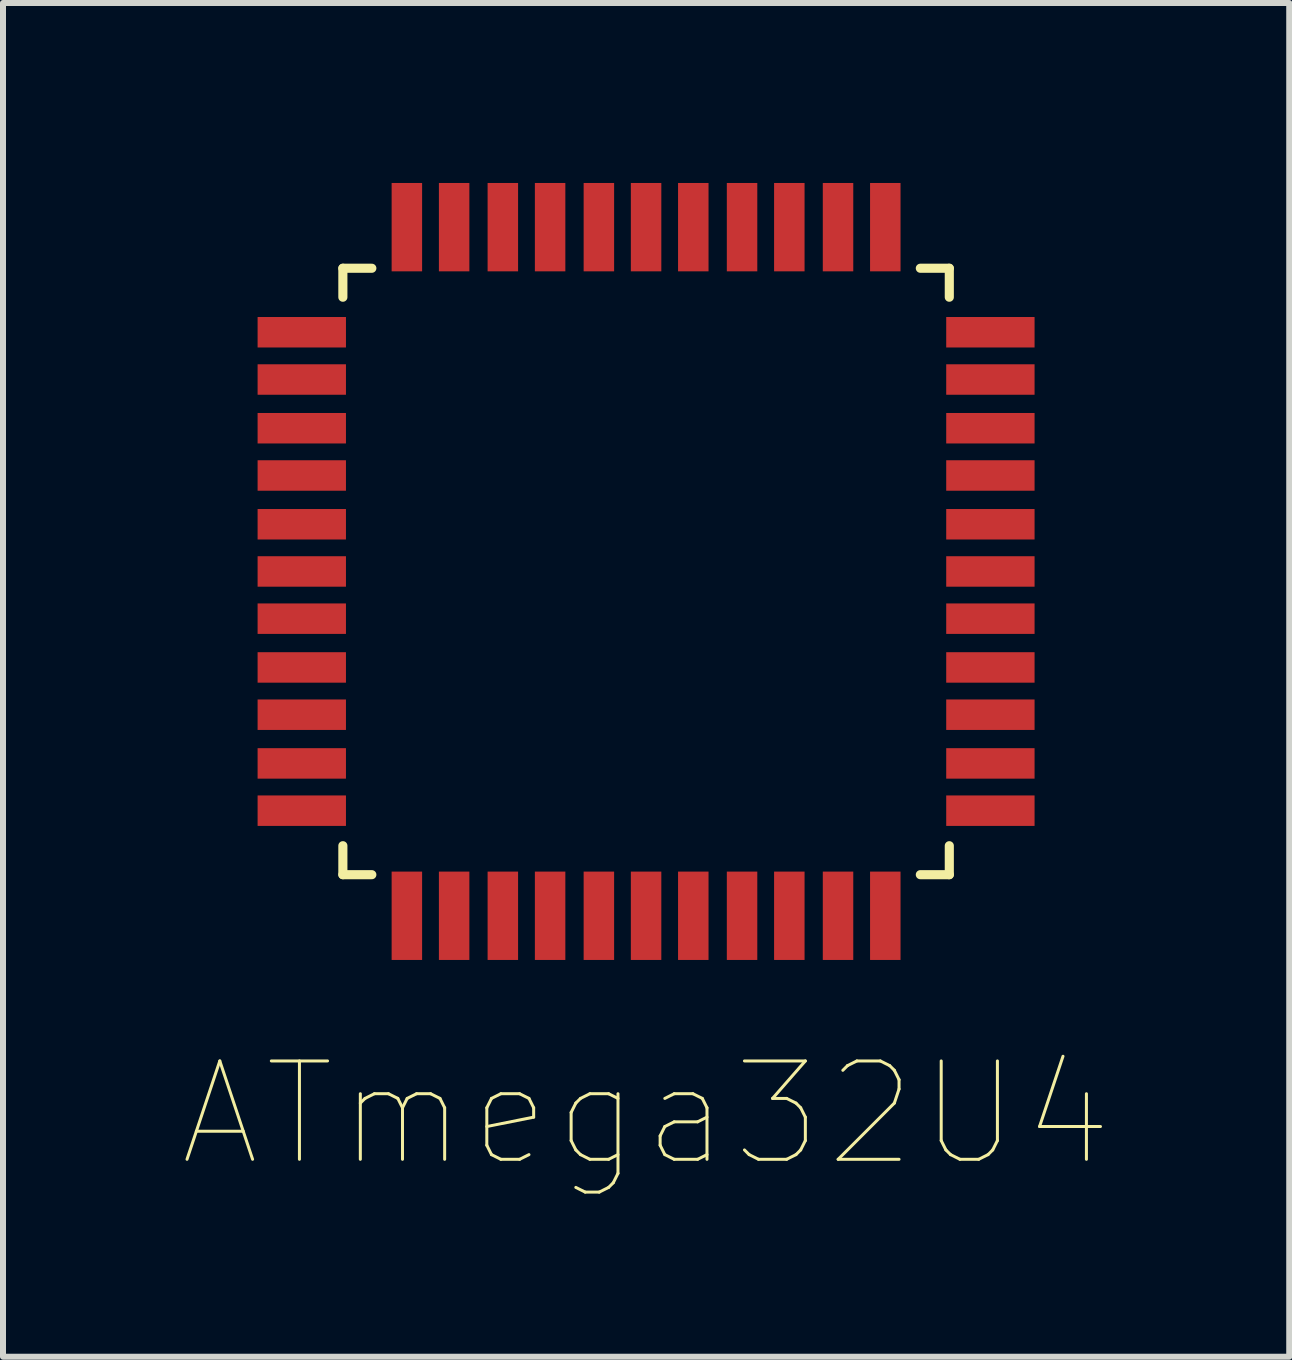
<source format=kicad_pcb>
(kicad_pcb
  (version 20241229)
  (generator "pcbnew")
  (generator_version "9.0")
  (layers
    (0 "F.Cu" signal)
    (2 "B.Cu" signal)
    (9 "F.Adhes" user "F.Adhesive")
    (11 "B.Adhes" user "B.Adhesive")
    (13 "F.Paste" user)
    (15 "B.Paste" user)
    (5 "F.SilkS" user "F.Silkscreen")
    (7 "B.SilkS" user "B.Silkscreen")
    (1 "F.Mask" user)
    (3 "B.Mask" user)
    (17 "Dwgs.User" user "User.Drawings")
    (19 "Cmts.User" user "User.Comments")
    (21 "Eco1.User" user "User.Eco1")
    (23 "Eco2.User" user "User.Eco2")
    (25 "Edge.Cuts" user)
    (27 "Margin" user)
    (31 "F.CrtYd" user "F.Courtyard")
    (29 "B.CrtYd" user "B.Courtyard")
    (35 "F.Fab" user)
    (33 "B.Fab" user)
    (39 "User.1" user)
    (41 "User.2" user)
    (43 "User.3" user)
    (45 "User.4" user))
  (footprint "ATmega32U4"
    (layer "F.Cu")
    (at 7.721 6.477)
    (property "Reference" "ATmega32U4" (at 0 9.044 0) (layer "F.SilkS") (effects (font (size 1.64 1.64) (thickness 0.05))))
    (attr smd)
    (fp_line (start -5.055 -5.055) (end -5.055 -4.572) (stroke (width 0.152) (type solid)) (layer "F.SilkS"))
    (fp_line (start -5.055 4.572) (end -5.055 5.055) (stroke (width 0.152) (type solid)) (layer "F.SilkS"))
    (fp_line (start -5.055 5.055) (end -4.572 5.055) (stroke (width 0.152) (type solid)) (layer "F.SilkS"))
    (fp_line (start -4.572 -5.055) (end -5.055 -5.055) (stroke (width 0.152) (type solid)) (layer "F.SilkS"))
    (fp_line (start 4.572 5.055) (end 5.055 5.055) (stroke (width 0.152) (type solid)) (layer "F.SilkS"))
    (fp_line (start 5.055 -5.055) (end 4.572 -5.055) (stroke (width 0.152) (type solid)) (layer "F.SilkS"))
    (fp_line (start 5.055 -4.572) (end 5.055 -5.055) (stroke (width 0.152) (type solid)) (layer "F.SilkS"))
    (fp_line (start 5.055 5.055) (end 5.055 4.572) (stroke (width 0.152) (type solid)) (layer "F.SilkS"))
    (fp_line (start -6.121 -4.216) (end -6.121 -3.785) (stroke (width 0.1) (type solid)) (layer "Eco2.User"))
    (fp_line (start -6.121 -3.785) (end -5.055 -3.785) (stroke (width 0.1) (type solid)) (layer "Eco2.User"))
    (fp_line (start -6.121 -3.429) (end -6.121 -2.972) (stroke (width 0.1) (type solid)) (layer "Eco2.User"))
    (fp_line (start -6.121 -2.972) (end -5.055 -2.972) (stroke (width 0.1) (type solid)) (layer "Eco2.User"))
    (fp_line (start -6.121 -2.616) (end -6.121 -2.184) (stroke (width 0.1) (type solid)) (layer "Eco2.User"))
    (fp_line (start -6.121 -2.184) (end -5.055 -2.184) (stroke (width 0.1) (type solid)) (layer "Eco2.User"))
    (fp_line (start -6.121 -1.829) (end -6.121 -1.372) (stroke (width 0.1) (type solid)) (layer "Eco2.User"))
    (fp_line (start -6.121 -1.372) (end -5.055 -1.372) (stroke (width 0.1) (type solid)) (layer "Eco2.User"))
    (fp_line (start -6.121 -1.016) (end -6.121 -0.584) (stroke (width 0.1) (type solid)) (layer "Eco2.User"))
    (fp_line (start -6.121 -0.584) (end -5.055 -0.584) (stroke (width 0.1) (type solid)) (layer "Eco2.User"))
    (fp_line (start -6.121 -0.229) (end -6.121 0.229) (stroke (width 0.1) (type solid)) (layer "Eco2.User"))
    (fp_line (start -6.121 0.229) (end -5.055 0.229) (stroke (width 0.1) (type solid)) (layer "Eco2.User"))
    (fp_line (start -6.121 0.584) (end -6.121 1.016) (stroke (width 0.1) (type solid)) (layer "Eco2.User"))
    (fp_line (start -6.121 1.016) (end -5.055 1.016) (stroke (width 0.1) (type solid)) (layer "Eco2.User"))
    (fp_line (start -6.121 1.372) (end -6.121 1.829) (stroke (width 0.1) (type solid)) (layer "Eco2.User"))
    (fp_line (start -6.121 1.829) (end -5.055 1.829) (stroke (width 0.1) (type solid)) (layer "Eco2.User"))
    (fp_line (start -6.121 2.184) (end -6.121 2.616) (stroke (width 0.1) (type solid)) (layer "Eco2.User"))
    (fp_line (start -6.121 2.616) (end -5.055 2.616) (stroke (width 0.1) (type solid)) (layer "Eco2.User"))
    (fp_line (start -6.121 2.972) (end -6.121 3.429) (stroke (width 0.1) (type solid)) (layer "Eco2.User"))
    (fp_line (start -6.121 3.429) (end -5.055 3.429) (stroke (width 0.1) (type solid)) (layer "Eco2.User"))
    (fp_line (start -6.121 3.785) (end -6.121 4.216) (stroke (width 0.1) (type solid)) (layer "Eco2.User"))
    (fp_line (start -6.121 4.216) (end -5.055 4.216) (stroke (width 0.1) (type solid)) (layer "Eco2.User"))
    (fp_line (start -5.055 -5.055) (end -5.055 5.055) (stroke (width 0.1) (type solid)) (layer "Eco2.User"))
    (fp_line (start -5.055 -4.216) (end -6.121 -4.216) (stroke (width 0.1) (type solid)) (layer "Eco2.User"))
    (fp_line (start -5.055 -3.785) (end -5.055 -4.216) (stroke (width 0.1) (type solid)) (layer "Eco2.User"))
    (fp_line (start -5.055 -3.785) (end -3.785 -5.055) (stroke (width 0.1) (type solid)) (layer "Eco2.User"))
    (fp_line (start -5.055 -3.429) (end -6.121 -3.429) (stroke (width 0.1) (type solid)) (layer "Eco2.User"))
    (fp_line (start -5.055 -2.972) (end -5.055 -3.429) (stroke (width 0.1) (type solid)) (layer "Eco2.User"))
    (fp_line (start -5.055 -2.616) (end -6.121 -2.616) (stroke (width 0.1) (type solid)) (layer "Eco2.User"))
    (fp_line (start -5.055 -2.184) (end -5.055 -2.616) (stroke (width 0.1) (type solid)) (layer "Eco2.User"))
    (fp_line (start -5.055 -1.829) (end -6.121 -1.829) (stroke (width 0.1) (type solid)) (layer "Eco2.User"))
    (fp_line (start -5.055 -1.372) (end -5.055 -1.829) (stroke (width 0.1) (type solid)) (layer "Eco2.User"))
    (fp_line (start -5.055 -1.016) (end -6.121 -1.016) (stroke (width 0.1) (type solid)) (layer "Eco2.User"))
    (fp_line (start -5.055 -0.584) (end -5.055 -1.016) (stroke (width 0.1) (type solid)) (layer "Eco2.User"))
    (fp_line (start -5.055 -0.229) (end -6.121 -0.229) (stroke (width 0.1) (type solid)) (layer "Eco2.User"))
    (fp_line (start -5.055 0.229) (end -5.055 -0.229) (stroke (width 0.1) (type solid)) (layer "Eco2.User"))
    (fp_line (start -5.055 0.584) (end -6.121 0.584) (stroke (width 0.1) (type solid)) (layer "Eco2.User"))
    (fp_line (start -5.055 1.016) (end -5.055 0.584) (stroke (width 0.1) (type solid)) (layer "Eco2.User"))
    (fp_line (start -5.055 1.372) (end -6.121 1.372) (stroke (width 0.1) (type solid)) (layer "Eco2.User"))
    (fp_line (start -5.055 1.829) (end -5.055 1.372) (stroke (width 0.1) (type solid)) (layer "Eco2.User"))
    (fp_line (start -5.055 2.184) (end -6.121 2.184) (stroke (width 0.1) (type solid)) (layer "Eco2.User"))
    (fp_line (start -5.055 2.616) (end -5.055 2.184) (stroke (width 0.1) (type solid)) (layer "Eco2.User"))
    (fp_line (start -5.055 2.972) (end -6.121 2.972) (stroke (width 0.1) (type solid)) (layer "Eco2.User"))
    (fp_line (start -5.055 3.429) (end -5.055 2.972) (stroke (width 0.1) (type solid)) (layer "Eco2.User"))
    (fp_line (start -5.055 3.785) (end -6.121 3.785) (stroke (width 0.1) (type solid)) (layer "Eco2.User"))
    (fp_line (start -5.055 4.216) (end -5.055 3.785) (stroke (width 0.1) (type solid)) (layer "Eco2.User"))
    (fp_line (start -5.055 5.055) (end 5.055 5.055) (stroke (width 0.1) (type solid)) (layer "Eco2.User"))
    (fp_line (start -4.216 -6.121) (end -4.216 -5.055) (stroke (width 0.1) (type solid)) (layer "Eco2.User"))
    (fp_line (start -4.216 -5.055) (end -3.785 -5.055) (stroke (width 0.1) (type solid)) (layer "Eco2.User"))
    (fp_line (start -4.216 5.055) (end -4.216 6.121) (stroke (width 0.1) (type solid)) (layer "Eco2.User"))
    (fp_line (start -4.216 6.121) (end -3.785 6.121) (stroke (width 0.1) (type solid)) (layer "Eco2.User"))
    (fp_line (start -3.785 -6.121) (end -4.216 -6.121) (stroke (width 0.1) (type solid)) (layer "Eco2.User"))
    (fp_line (start -3.785 -5.055) (end -3.785 -6.121) (stroke (width 0.1) (type solid)) (layer "Eco2.User"))
    (fp_line (start -3.785 5.055) (end -4.216 5.055) (stroke (width 0.1) (type solid)) (layer "Eco2.User"))
    (fp_line (start -3.785 6.121) (end -3.785 5.055) (stroke (width 0.1) (type solid)) (layer "Eco2.User"))
    (fp_line (start -3.429 -6.121) (end -3.429 -5.055) (stroke (width 0.1) (type solid)) (layer "Eco2.User"))
    (fp_line (start -3.429 -5.055) (end -2.972 -5.055) (stroke (width 0.1) (type solid)) (layer "Eco2.User"))
    (fp_line (start -3.429 5.055) (end -3.429 6.121) (stroke (width 0.1) (type solid)) (layer "Eco2.User"))
    (fp_line (start -3.429 6.121) (end -2.972 6.121) (stroke (width 0.1) (type solid)) (layer "Eco2.User"))
    (fp_line (start -2.972 -6.121) (end -3.429 -6.121) (stroke (width 0.1) (type solid)) (layer "Eco2.User"))
    (fp_line (start -2.972 -5.055) (end -2.972 -6.121) (stroke (width 0.1) (type solid)) (layer "Eco2.User"))
    (fp_line (start -2.972 5.055) (end -3.429 5.055) (stroke (width 0.1) (type solid)) (layer "Eco2.User"))
    (fp_line (start -2.972 6.121) (end -2.972 5.055) (stroke (width 0.1) (type solid)) (layer "Eco2.User"))
    (fp_line (start -2.616 -6.121) (end -2.616 -5.055) (stroke (width 0.1) (type solid)) (layer "Eco2.User"))
    (fp_line (start -2.616 -5.055) (end -2.184 -5.055) (stroke (width 0.1) (type solid)) (layer "Eco2.User"))
    (fp_line (start -2.616 5.055) (end -2.616 6.121) (stroke (width 0.1) (type solid)) (layer "Eco2.User"))
    (fp_line (start -2.616 6.121) (end -2.184 6.121) (stroke (width 0.1) (type solid)) (layer "Eco2.User"))
    (fp_line (start -2.184 -6.121) (end -2.616 -6.121) (stroke (width 0.1) (type solid)) (layer "Eco2.User"))
    (fp_line (start -2.184 -5.055) (end -2.184 -6.121) (stroke (width 0.1) (type solid)) (layer "Eco2.User"))
    (fp_line (start -2.184 5.055) (end -2.616 5.055) (stroke (width 0.1) (type solid)) (layer "Eco2.User"))
    (fp_line (start -2.184 6.121) (end -2.184 5.055) (stroke (width 0.1) (type solid)) (layer "Eco2.User"))
    (fp_line (start -1.829 -6.121) (end -1.829 -5.055) (stroke (width 0.1) (type solid)) (layer "Eco2.User"))
    (fp_line (start -1.829 -5.055) (end -1.372 -5.055) (stroke (width 0.1) (type solid)) (layer "Eco2.User"))
    (fp_line (start -1.829 5.055) (end -1.829 6.121) (stroke (width 0.1) (type solid)) (layer "Eco2.User"))
    (fp_line (start -1.829 6.121) (end -1.372 6.121) (stroke (width 0.1) (type solid)) (layer "Eco2.User"))
    (fp_line (start -1.372 -6.121) (end -1.829 -6.121) (stroke (width 0.1) (type solid)) (layer "Eco2.User"))
    (fp_line (start -1.372 -5.055) (end -1.372 -6.121) (stroke (width 0.1) (type solid)) (layer "Eco2.User"))
    (fp_line (start -1.372 5.055) (end -1.829 5.055) (stroke (width 0.1) (type solid)) (layer "Eco2.User"))
    (fp_line (start -1.372 6.121) (end -1.372 5.055) (stroke (width 0.1) (type solid)) (layer "Eco2.User"))
    (fp_line (start -1.016 -6.121) (end -1.016 -5.055) (stroke (width 0.1) (type solid)) (layer "Eco2.User"))
    (fp_line (start -1.016 -5.055) (end -0.584 -5.055) (stroke (width 0.1) (type solid)) (layer "Eco2.User"))
    (fp_line (start -1.016 5.055) (end -1.016 6.121) (stroke (width 0.1) (type solid)) (layer "Eco2.User"))
    (fp_line (start -1.016 6.121) (end -0.584 6.121) (stroke (width 0.1) (type solid)) (layer "Eco2.User"))
    (fp_line (start -0.584 -6.121) (end -1.016 -6.121) (stroke (width 0.1) (type solid)) (layer "Eco2.User"))
    (fp_line (start -0.584 -5.055) (end -0.584 -6.121) (stroke (width 0.1) (type solid)) (layer "Eco2.User"))
    (fp_line (start -0.584 5.055) (end -1.016 5.055) (stroke (width 0.1) (type solid)) (layer "Eco2.User"))
    (fp_line (start -0.584 6.121) (end -0.584 5.055) (stroke (width 0.1) (type solid)) (layer "Eco2.User"))
    (fp_line (start -0.229 -6.121) (end -0.229 -5.055) (stroke (width 0.1) (type solid)) (layer "Eco2.User"))
    (fp_line (start -0.229 -5.055) (end 0.229 -5.055) (stroke (width 0.1) (type solid)) (layer "Eco2.User"))
    (fp_line (start -0.229 5.055) (end -0.229 6.121) (stroke (width 0.1) (type solid)) (layer "Eco2.User"))
    (fp_line (start -0.229 6.121) (end 0.229 6.121) (stroke (width 0.1) (type solid)) (layer "Eco2.User"))
    (fp_line (start 0.229 -6.121) (end -0.229 -6.121) (stroke (width 0.1) (type solid)) (layer "Eco2.User"))
    (fp_line (start 0.229 -5.055) (end 0.229 -6.121) (stroke (width 0.1) (type solid)) (layer "Eco2.User"))
    (fp_line (start 0.229 5.055) (end -0.229 5.055) (stroke (width 0.1) (type solid)) (layer "Eco2.User"))
    (fp_line (start 0.229 6.121) (end 0.229 5.055) (stroke (width 0.1) (type solid)) (layer "Eco2.User"))
    (fp_line (start 0.584 -6.121) (end 0.584 -5.055) (stroke (width 0.1) (type solid)) (layer "Eco2.User"))
    (fp_line (start 0.584 -5.055) (end 1.016 -5.055) (stroke (width 0.1) (type solid)) (layer "Eco2.User"))
    (fp_line (start 0.584 5.055) (end 0.584 6.121) (stroke (width 0.1) (type solid)) (layer "Eco2.User"))
    (fp_line (start 0.584 6.121) (end 1.016 6.121) (stroke (width 0.1) (type solid)) (layer "Eco2.User"))
    (fp_line (start 1.016 -6.121) (end 0.584 -6.121) (stroke (width 0.1) (type solid)) (layer "Eco2.User"))
    (fp_line (start 1.016 -5.055) (end 1.016 -6.121) (stroke (width 0.1) (type solid)) (layer "Eco2.User"))
    (fp_line (start 1.016 5.055) (end 0.584 5.055) (stroke (width 0.1) (type solid)) (layer "Eco2.User"))
    (fp_line (start 1.016 6.121) (end 1.016 5.055) (stroke (width 0.1) (type solid)) (layer "Eco2.User"))
    (fp_line (start 1.372 -6.121) (end 1.372 -5.055) (stroke (width 0.1) (type solid)) (layer "Eco2.User"))
    (fp_line (start 1.372 -5.055) (end 1.829 -5.055) (stroke (width 0.1) (type solid)) (layer "Eco2.User"))
    (fp_line (start 1.372 5.055) (end 1.372 6.121) (stroke (width 0.1) (type solid)) (layer "Eco2.User"))
    (fp_line (start 1.372 6.121) (end 1.829 6.121) (stroke (width 0.1) (type solid)) (layer "Eco2.User"))
    (fp_line (start 1.829 -6.121) (end 1.372 -6.121) (stroke (width 0.1) (type solid)) (layer "Eco2.User"))
    (fp_line (start 1.829 -5.055) (end 1.829 -6.121) (stroke (width 0.1) (type solid)) (layer "Eco2.User"))
    (fp_line (start 1.829 5.055) (end 1.372 5.055) (stroke (width 0.1) (type solid)) (layer "Eco2.User"))
    (fp_line (start 1.829 6.121) (end 1.829 5.055) (stroke (width 0.1) (type solid)) (layer "Eco2.User"))
    (fp_line (start 2.184 -6.121) (end 2.184 -5.055) (stroke (width 0.1) (type solid)) (layer "Eco2.User"))
    (fp_line (start 2.184 -5.055) (end 2.616 -5.055) (stroke (width 0.1) (type solid)) (layer "Eco2.User"))
    (fp_line (start 2.184 5.055) (end 2.184 6.121) (stroke (width 0.1) (type solid)) (layer "Eco2.User"))
    (fp_line (start 2.184 6.121) (end 2.616 6.121) (stroke (width 0.1) (type solid)) (layer "Eco2.User"))
    (fp_line (start 2.616 -6.121) (end 2.184 -6.121) (stroke (width 0.1) (type solid)) (layer "Eco2.User"))
    (fp_line (start 2.616 -5.055) (end 2.616 -6.121) (stroke (width 0.1) (type solid)) (layer "Eco2.User"))
    (fp_line (start 2.616 5.055) (end 2.184 5.055) (stroke (width 0.1) (type solid)) (layer "Eco2.User"))
    (fp_line (start 2.616 6.121) (end 2.616 5.055) (stroke (width 0.1) (type solid)) (layer "Eco2.User"))
    (fp_line (start 2.972 -6.121) (end 2.972 -5.055) (stroke (width 0.1) (type solid)) (layer "Eco2.User"))
    (fp_line (start 2.972 -5.055) (end 3.429 -5.055) (stroke (width 0.1) (type solid)) (layer "Eco2.User"))
    (fp_line (start 2.972 5.055) (end 2.972 6.121) (stroke (width 0.1) (type solid)) (layer "Eco2.User"))
    (fp_line (start 2.972 6.121) (end 3.429 6.121) (stroke (width 0.1) (type solid)) (layer "Eco2.User"))
    (fp_line (start 3.429 -6.121) (end 2.972 -6.121) (stroke (width 0.1) (type solid)) (layer "Eco2.User"))
    (fp_line (start 3.429 -5.055) (end 3.429 -6.121) (stroke (width 0.1) (type solid)) (layer "Eco2.User"))
    (fp_line (start 3.429 5.055) (end 2.972 5.055) (stroke (width 0.1) (type solid)) (layer "Eco2.User"))
    (fp_line (start 3.429 6.121) (end 3.429 5.055) (stroke (width 0.1) (type solid)) (layer "Eco2.User"))
    (fp_line (start 3.785 -6.121) (end 3.785 -5.055) (stroke (width 0.1) (type solid)) (layer "Eco2.User"))
    (fp_line (start 3.785 -5.055) (end 4.216 -5.055) (stroke (width 0.1) (type solid)) (layer "Eco2.User"))
    (fp_line (start 3.785 5.055) (end 3.785 6.121) (stroke (width 0.1) (type solid)) (layer "Eco2.User"))
    (fp_line (start 3.785 6.121) (end 4.216 6.121) (stroke (width 0.1) (type solid)) (layer "Eco2.User"))
    (fp_line (start 4.216 -6.121) (end 3.785 -6.121) (stroke (width 0.1) (type solid)) (layer "Eco2.User"))
    (fp_line (start 4.216 -5.055) (end 4.216 -6.121) (stroke (width 0.1) (type solid)) (layer "Eco2.User"))
    (fp_line (start 4.216 5.055) (end 3.785 5.055) (stroke (width 0.1) (type solid)) (layer "Eco2.User"))
    (fp_line (start 4.216 6.121) (end 4.216 5.055) (stroke (width 0.1) (type solid)) (layer "Eco2.User"))
    (fp_line (start 5.055 -5.055) (end -5.055 -5.055) (stroke (width 0.1) (type solid)) (layer "Eco2.User"))
    (fp_line (start 5.055 -4.216) (end 5.055 -3.785) (stroke (width 0.1) (type solid)) (layer "Eco2.User"))
    (fp_line (start 5.055 -3.785) (end 6.121 -3.785) (stroke (width 0.1) (type solid)) (layer "Eco2.User"))
    (fp_line (start 5.055 -3.429) (end 5.055 -2.972) (stroke (width 0.1) (type solid)) (layer "Eco2.User"))
    (fp_line (start 5.055 -2.972) (end 6.121 -2.972) (stroke (width 0.1) (type solid)) (layer "Eco2.User"))
    (fp_line (start 5.055 -2.616) (end 5.055 -2.184) (stroke (width 0.1) (type solid)) (layer "Eco2.User"))
    (fp_line (start 5.055 -2.184) (end 6.121 -2.184) (stroke (width 0.1) (type solid)) (layer "Eco2.User"))
    (fp_line (start 5.055 -1.829) (end 5.055 -1.372) (stroke (width 0.1) (type solid)) (layer "Eco2.User"))
    (fp_line (start 5.055 -1.372) (end 6.121 -1.372) (stroke (width 0.1) (type solid)) (layer "Eco2.User"))
    (fp_line (start 5.055 -1.016) (end 5.055 -0.584) (stroke (width 0.1) (type solid)) (layer "Eco2.User"))
    (fp_line (start 5.055 -0.584) (end 6.121 -0.584) (stroke (width 0.1) (type solid)) (layer "Eco2.User"))
    (fp_line (start 5.055 -0.229) (end 5.055 0.229) (stroke (width 0.1) (type solid)) (layer "Eco2.User"))
    (fp_line (start 5.055 0.229) (end 6.121 0.229) (stroke (width 0.1) (type solid)) (layer "Eco2.User"))
    (fp_line (start 5.055 0.584) (end 5.055 1.016) (stroke (width 0.1) (type solid)) (layer "Eco2.User"))
    (fp_line (start 5.055 1.016) (end 6.121 1.016) (stroke (width 0.1) (type solid)) (layer "Eco2.User"))
    (fp_line (start 5.055 1.372) (end 5.055 1.829) (stroke (width 0.1) (type solid)) (layer "Eco2.User"))
    (fp_line (start 5.055 1.829) (end 6.121 1.829) (stroke (width 0.1) (type solid)) (layer "Eco2.User"))
    (fp_line (start 5.055 2.184) (end 5.055 2.616) (stroke (width 0.1) (type solid)) (layer "Eco2.User"))
    (fp_line (start 5.055 2.616) (end 6.121 2.616) (stroke (width 0.1) (type solid)) (layer "Eco2.User"))
    (fp_line (start 5.055 2.972) (end 5.055 3.429) (stroke (width 0.1) (type solid)) (layer "Eco2.User"))
    (fp_line (start 5.055 3.429) (end 6.121 3.429) (stroke (width 0.1) (type solid)) (layer "Eco2.User"))
    (fp_line (start 5.055 3.785) (end 5.055 4.216) (stroke (width 0.1) (type solid)) (layer "Eco2.User"))
    (fp_line (start 5.055 4.216) (end 6.121 4.216) (stroke (width 0.1) (type solid)) (layer "Eco2.User"))
    (fp_line (start 5.055 5.055) (end 5.055 -5.055) (stroke (width 0.1) (type solid)) (layer "Eco2.User"))
    (fp_line (start 6.121 -4.216) (end 5.055 -4.216) (stroke (width 0.1) (type solid)) (layer "Eco2.User"))
    (fp_line (start 6.121 -3.785) (end 6.121 -4.216) (stroke (width 0.1) (type solid)) (layer "Eco2.User"))
    (fp_line (start 6.121 -3.429) (end 5.055 -3.429) (stroke (width 0.1) (type solid)) (layer "Eco2.User"))
    (fp_line (start 6.121 -2.972) (end 6.121 -3.429) (stroke (width 0.1) (type solid)) (layer "Eco2.User"))
    (fp_line (start 6.121 -2.616) (end 5.055 -2.616) (stroke (width 0.1) (type solid)) (layer "Eco2.User"))
    (fp_line (start 6.121 -2.184) (end 6.121 -2.616) (stroke (width 0.1) (type solid)) (layer "Eco2.User"))
    (fp_line (start 6.121 -1.829) (end 5.055 -1.829) (stroke (width 0.1) (type solid)) (layer "Eco2.User"))
    (fp_line (start 6.121 -1.372) (end 6.121 -1.829) (stroke (width 0.1) (type solid)) (layer "Eco2.User"))
    (fp_line (start 6.121 -1.016) (end 5.055 -1.016) (stroke (width 0.1) (type solid)) (layer "Eco2.User"))
    (fp_line (start 6.121 -0.584) (end 6.121 -1.016) (stroke (width 0.1) (type solid)) (layer "Eco2.User"))
    (fp_line (start 6.121 -0.229) (end 5.055 -0.229) (stroke (width 0.1) (type solid)) (layer "Eco2.User"))
    (fp_line (start 6.121 0.229) (end 6.121 -0.229) (stroke (width 0.1) (type solid)) (layer "Eco2.User"))
    (fp_line (start 6.121 0.584) (end 5.055 0.584) (stroke (width 0.1) (type solid)) (layer "Eco2.User"))
    (fp_line (start 6.121 1.016) (end 6.121 0.584) (stroke (width 0.1) (type solid)) (layer "Eco2.User"))
    (fp_line (start 6.121 1.372) (end 5.055 1.372) (stroke (width 0.1) (type solid)) (layer "Eco2.User"))
    (fp_line (start 6.121 1.829) (end 6.121 1.372) (stroke (width 0.1) (type solid)) (layer "Eco2.User"))
    (fp_line (start 6.121 2.184) (end 5.055 2.184) (stroke (width 0.1) (type solid)) (layer "Eco2.User"))
    (fp_line (start 6.121 2.616) (end 6.121 2.184) (stroke (width 0.1) (type solid)) (layer "Eco2.User"))
    (fp_line (start 6.121 2.972) (end 5.055 2.972) (stroke (width 0.1) (type solid)) (layer "Eco2.User"))
    (fp_line (start 6.121 3.429) (end 6.121 2.972) (stroke (width 0.1) (type solid)) (layer "Eco2.User"))
    (fp_line (start 6.121 3.785) (end 5.055 3.785) (stroke (width 0.1) (type solid)) (layer "Eco2.User"))
    (fp_line (start 6.121 4.216) (end 6.121 3.785) (stroke (width 0.1) (type solid)) (layer "Eco2.User"))
    (pad "1" smd rect (at -5.74 -3.988 270) (size 0.508 1.473) (layers "F.Cu" "F.Mask" "F.Paste"))
    (pad "2" smd rect (at -5.74 -3.2 270) (size 0.508 1.473) (layers "F.Cu" "F.Mask" "F.Paste"))
    (pad "3" smd rect (at -5.74 -2.388 270) (size 0.508 1.473) (layers "F.Cu" "F.Mask" "F.Paste"))
    (pad "4" smd rect (at -5.74 -1.6 270) (size 0.508 1.473) (layers "F.Cu" "F.Mask" "F.Paste"))
    (pad "5" smd rect (at -5.74 -0.787 270) (size 0.508 1.473) (layers "F.Cu" "F.Mask" "F.Paste"))
    (pad "6" smd rect (at -5.74 0 270) (size 0.508 1.473) (layers "F.Cu" "F.Mask" "F.Paste"))
    (pad "7" smd rect (at -5.74 0.787 270) (size 0.508 1.473) (layers "F.Cu" "F.Mask" "F.Paste"))
    (pad "8" smd rect (at -5.74 1.6 270) (size 0.508 1.473) (layers "F.Cu" "F.Mask" "F.Paste"))
    (pad "9" smd rect (at -5.74 2.388 270) (size 0.508 1.473) (layers "F.Cu" "F.Mask" "F.Paste"))
    (pad "10" smd rect (at -5.74 3.2 270) (size 0.508 1.473) (layers "F.Cu" "F.Mask" "F.Paste"))
    (pad "11" smd rect (at -5.74 3.988 270) (size 0.508 1.473) (layers "F.Cu" "F.Mask" "F.Paste"))
    (pad "12" smd rect (at -3.988 5.74 180) (size 0.508 1.473) (layers "F.Cu" "F.Mask" "F.Paste"))
    (pad "13" smd rect (at -3.2 5.74 180) (size 0.508 1.473) (layers "F.Cu" "F.Mask" "F.Paste"))
    (pad "14" smd rect (at -2.388 5.74 180) (size 0.508 1.473) (layers "F.Cu" "F.Mask" "F.Paste"))
    (pad "15" smd rect (at -1.6 5.74 180) (size 0.508 1.473) (layers "F.Cu" "F.Mask" "F.Paste"))
    (pad "16" smd rect (at -0.787 5.74 180) (size 0.508 1.473) (layers "F.Cu" "F.Mask" "F.Paste"))
    (pad "17" smd rect (at 0 5.74 180) (size 0.508 1.473) (layers "F.Cu" "F.Mask" "F.Paste"))
    (pad "18" smd rect (at 0.787 5.74 180) (size 0.508 1.473) (layers "F.Cu" "F.Mask" "F.Paste"))
    (pad "19" smd rect (at 1.6 5.74 180) (size 0.508 1.473) (layers "F.Cu" "F.Mask" "F.Paste"))
    (pad "20" smd rect (at 2.388 5.74 180) (size 0.508 1.473) (layers "F.Cu" "F.Mask" "F.Paste"))
    (pad "21" smd rect (at 3.2 5.74 180) (size 0.508 1.473) (layers "F.Cu" "F.Mask" "F.Paste"))
    (pad "22" smd rect (at 3.988 5.74 180) (size 0.508 1.473) (layers "F.Cu" "F.Mask" "F.Paste"))
    (pad "23" smd rect (at 5.74 3.988 270) (size 0.508 1.473) (layers "F.Cu" "F.Mask" "F.Paste"))
    (pad "24" smd rect (at 5.74 3.2 270) (size 0.508 1.473) (layers "F.Cu" "F.Mask" "F.Paste"))
    (pad "25" smd rect (at 5.74 2.388 270) (size 0.508 1.473) (layers "F.Cu" "F.Mask" "F.Paste"))
    (pad "26" smd rect (at 5.74 1.6 270) (size 0.508 1.473) (layers "F.Cu" "F.Mask" "F.Paste"))
    (pad "27" smd rect (at 5.74 0.787 270) (size 0.508 1.473) (layers "F.Cu" "F.Mask" "F.Paste"))
    (pad "28" smd rect (at 5.74 0 270) (size 0.508 1.473) (layers "F.Cu" "F.Mask" "F.Paste"))
    (pad "29" smd rect (at 5.74 -0.787 270) (size 0.508 1.473) (layers "F.Cu" "F.Mask" "F.Paste"))
    (pad "30" smd rect (at 5.74 -1.6 270) (size 0.508 1.473) (layers "F.Cu" "F.Mask" "F.Paste"))
    (pad "31" smd rect (at 5.74 -2.388 270) (size 0.508 1.473) (layers "F.Cu" "F.Mask" "F.Paste"))
    (pad "32" smd rect (at 5.74 -3.2 270) (size 0.508 1.473) (layers "F.Cu" "F.Mask" "F.Paste"))
    (pad "33" smd rect (at 5.74 -3.988 270) (size 0.508 1.473) (layers "F.Cu" "F.Mask" "F.Paste"))
    (pad "34" smd rect (at 3.988 -5.74 180) (size 0.508 1.473) (layers "F.Cu" "F.Mask" "F.Paste"))
    (pad "35" smd rect (at 3.2 -5.74 180) (size 0.508 1.473) (layers "F.Cu" "F.Mask" "F.Paste"))
    (pad "36" smd rect (at 2.388 -5.74 180) (size 0.508 1.473) (layers "F.Cu" "F.Mask" "F.Paste"))
    (pad "37" smd rect (at 1.6 -5.74 180) (size 0.508 1.473) (layers "F.Cu" "F.Mask" "F.Paste"))
    (pad "38" smd rect (at 0.787 -5.74 180) (size 0.508 1.473) (layers "F.Cu" "F.Mask" "F.Paste"))
    (pad "39" smd rect (at 0 -5.74 180) (size 0.508 1.473) (layers "F.Cu" "F.Mask" "F.Paste"))
    (pad "40" smd rect (at -0.787 -5.74 180) (size 0.508 1.473) (layers "F.Cu" "F.Mask" "F.Paste"))
    (pad "41" smd rect (at -1.6 -5.74 180) (size 0.508 1.473) (layers "F.Cu" "F.Mask" "F.Paste"))
    (pad "42" smd rect (at -2.388 -5.74 180) (size 0.508 1.473) (layers "F.Cu" "F.Mask" "F.Paste"))
    (pad "43" smd rect (at -3.2 -5.74 180) (size 0.508 1.473) (layers "F.Cu" "F.Mask" "F.Paste"))
    (pad "44" smd rect (at -3.988 -5.74 180) (size 0.508 1.473) (layers "F.Cu" "F.Mask" "F.Paste")))
  (gr_rect
    (start -3 -3)
    (end 18.443 19.568)
    (stroke (width 0.1) (type default))
    (fill no)
    (layer "Edge.Cuts")))
</source>
